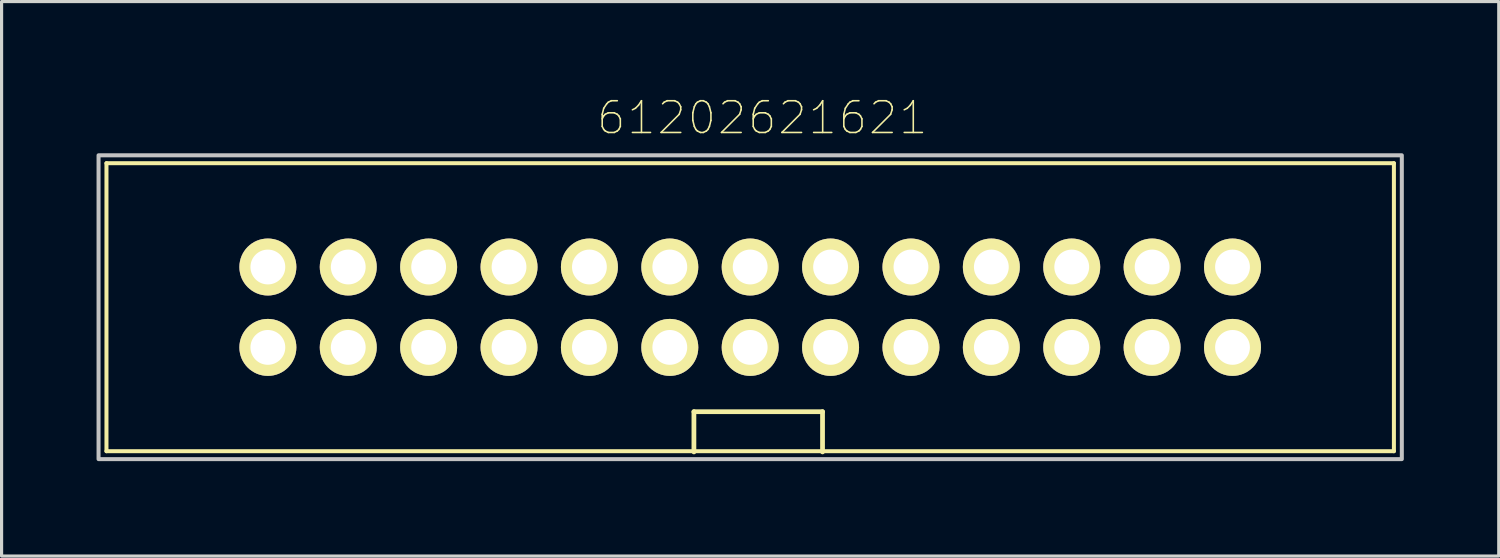
<source format=kicad_pcb>
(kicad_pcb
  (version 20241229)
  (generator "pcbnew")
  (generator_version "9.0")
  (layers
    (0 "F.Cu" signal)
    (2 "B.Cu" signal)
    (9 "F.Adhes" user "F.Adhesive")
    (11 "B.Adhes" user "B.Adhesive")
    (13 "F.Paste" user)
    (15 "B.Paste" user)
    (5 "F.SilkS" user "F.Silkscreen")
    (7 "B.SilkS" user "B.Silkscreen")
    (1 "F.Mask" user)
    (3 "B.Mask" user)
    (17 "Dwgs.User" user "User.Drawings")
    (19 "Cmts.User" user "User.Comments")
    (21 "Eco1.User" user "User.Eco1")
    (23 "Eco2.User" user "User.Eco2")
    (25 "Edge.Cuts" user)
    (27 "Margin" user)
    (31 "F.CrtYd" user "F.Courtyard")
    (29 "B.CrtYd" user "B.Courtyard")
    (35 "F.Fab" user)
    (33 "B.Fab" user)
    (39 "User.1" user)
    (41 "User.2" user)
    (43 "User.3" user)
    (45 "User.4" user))
  (footprint "61202621621"
    (layer "F.Cu")
    (at 20.654 6.657)
    (property "Reference" "61202621621" (at 0.382 -5.983 0) (layer "F.SilkS") (effects (font (size 1.002 1.002) (thickness 0.05))))
    (attr through_hole)
    (fp_line (start -20.34 -4.55) (end 20.34 -4.55) (stroke (width 0.127) (type solid)) (layer "F.SilkS"))
    (fp_line (start -20.34 4.55) (end -20.34 -4.55) (stroke (width 0.127) (type solid)) (layer "F.SilkS"))
    (fp_line (start -1.778 3.302) (end 2.286 3.302) (stroke (width 0.15) (type solid)) (layer "F.SilkS"))
    (fp_line (start -1.778 4.572) (end -1.778 3.302) (stroke (width 0.15) (type solid)) (layer "F.SilkS"))
    (fp_line (start 2.286 3.302) (end 2.286 4.572) (stroke (width 0.15) (type solid)) (layer "F.SilkS"))
    (fp_line (start 20.34 -4.55) (end 20.34 4.55) (stroke (width 0.127) (type solid)) (layer "F.SilkS"))
    (fp_line (start 20.34 4.55) (end -20.34 4.55) (stroke (width 0.127) (type solid)) (layer "F.SilkS"))
    (fp_poly (pts (xy -20.59 -4.8) (xy 20.59 -4.8) (xy 20.59 4.8) (xy -20.59 4.8)) (stroke (width 0.127) (type solid)) (fill no) (layer "Dwgs.User"))
    (pad "1" thru_hole circle (at -15.24 1.27) (size 1.8 1.8) (drill 1.1) (layers "*.Cu" "*.Mask" "F.SilkS"))
    (pad "2" thru_hole circle (at -15.24 -1.27) (size 1.8 1.8) (drill 1.1) (layers "*.Cu" "*.Mask" "F.SilkS"))
    (pad "3" thru_hole circle (at -12.7 1.27) (size 1.8 1.8) (drill 1.1) (layers "*.Cu" "*.Mask" "F.SilkS"))
    (pad "4" thru_hole circle (at -12.7 -1.27) (size 1.8 1.8) (drill 1.1) (layers "*.Cu" "*.Mask" "F.SilkS"))
    (pad "5" thru_hole circle (at -10.16 1.27) (size 1.8 1.8) (drill 1.1) (layers "*.Cu" "*.Mask" "F.SilkS"))
    (pad "6" thru_hole circle (at -10.16 -1.27) (size 1.8 1.8) (drill 1.1) (layers "*.Cu" "*.Mask" "F.SilkS"))
    (pad "7" thru_hole circle (at -7.62 1.27) (size 1.8 1.8) (drill 1.1) (layers "*.Cu" "*.Mask" "F.SilkS"))
    (pad "8" thru_hole circle (at -7.62 -1.27) (size 1.8 1.8) (drill 1.1) (layers "*.Cu" "*.Mask" "F.SilkS"))
    (pad "9" thru_hole circle (at -5.08 1.27) (size 1.8 1.8) (drill 1.1) (layers "*.Cu" "*.Mask" "F.SilkS"))
    (pad "10" thru_hole circle (at -5.08 -1.27) (size 1.8 1.8) (drill 1.1) (layers "*.Cu" "*.Mask" "F.SilkS"))
    (pad "11" thru_hole circle (at -2.54 1.27) (size 1.8 1.8) (drill 1.1) (layers "*.Cu" "*.Mask" "F.SilkS"))
    (pad "12" thru_hole circle (at -2.54 -1.27) (size 1.8 1.8) (drill 1.1) (layers "*.Cu" "*.Mask" "F.SilkS"))
    (pad "13" thru_hole circle (at 0 1.27) (size 1.8 1.8) (drill 1.1) (layers "*.Cu" "*.Mask" "F.SilkS"))
    (pad "14" thru_hole circle (at 0 -1.27) (size 1.8 1.8) (drill 1.1) (layers "*.Cu" "*.Mask" "F.SilkS"))
    (pad "15" thru_hole circle (at 2.54 1.27) (size 1.8 1.8) (drill 1.1) (layers "*.Cu" "*.Mask" "F.SilkS"))
    (pad "16" thru_hole circle (at 2.54 -1.27) (size 1.8 1.8) (drill 1.1) (layers "*.Cu" "*.Mask" "F.SilkS"))
    (pad "17" thru_hole circle (at 5.08 1.27) (size 1.8 1.8) (drill 1.1) (layers "*.Cu" "*.Mask" "F.SilkS"))
    (pad "18" thru_hole circle (at 5.08 -1.27) (size 1.8 1.8) (drill 1.1) (layers "*.Cu" "*.Mask" "F.SilkS"))
    (pad "19" thru_hole circle (at 7.62 1.27) (size 1.8 1.8) (drill 1.1) (layers "*.Cu" "*.Mask" "F.SilkS"))
    (pad "20" thru_hole circle (at 7.62 -1.27) (size 1.8 1.8) (drill 1.1) (layers "*.Cu" "*.Mask" "F.SilkS"))
    (pad "21" thru_hole circle (at 10.16 1.27) (size 1.8 1.8) (drill 1.1) (layers "*.Cu" "*.Mask" "F.SilkS"))
    (pad "22" thru_hole circle (at 10.16 -1.27) (size 1.8 1.8) (drill 1.1) (layers "*.Cu" "*.Mask" "F.SilkS"))
    (pad "23" thru_hole circle (at 12.7 1.27) (size 1.8 1.8) (drill 1.1) (layers "*.Cu" "*.Mask" "F.SilkS"))
    (pad "24" thru_hole circle (at 12.7 -1.27) (size 1.8 1.8) (drill 1.1) (layers "*.Cu" "*.Mask" "F.SilkS"))
    (pad "25" thru_hole circle (at 15.24 1.27) (size 1.8 1.8) (drill 1.1) (layers "*.Cu" "*.Mask" "F.SilkS"))
    (pad "26" thru_hole circle (at 15.24 -1.27) (size 1.8 1.8) (drill 1.1) (layers "*.Cu" "*.Mask" "F.SilkS")))
  (gr_rect
    (start -3 -3)
    (end 44.307 14.52)
    (stroke (width 0.1) (type default))
    (fill no)
    (layer "Edge.Cuts")))
</source>
